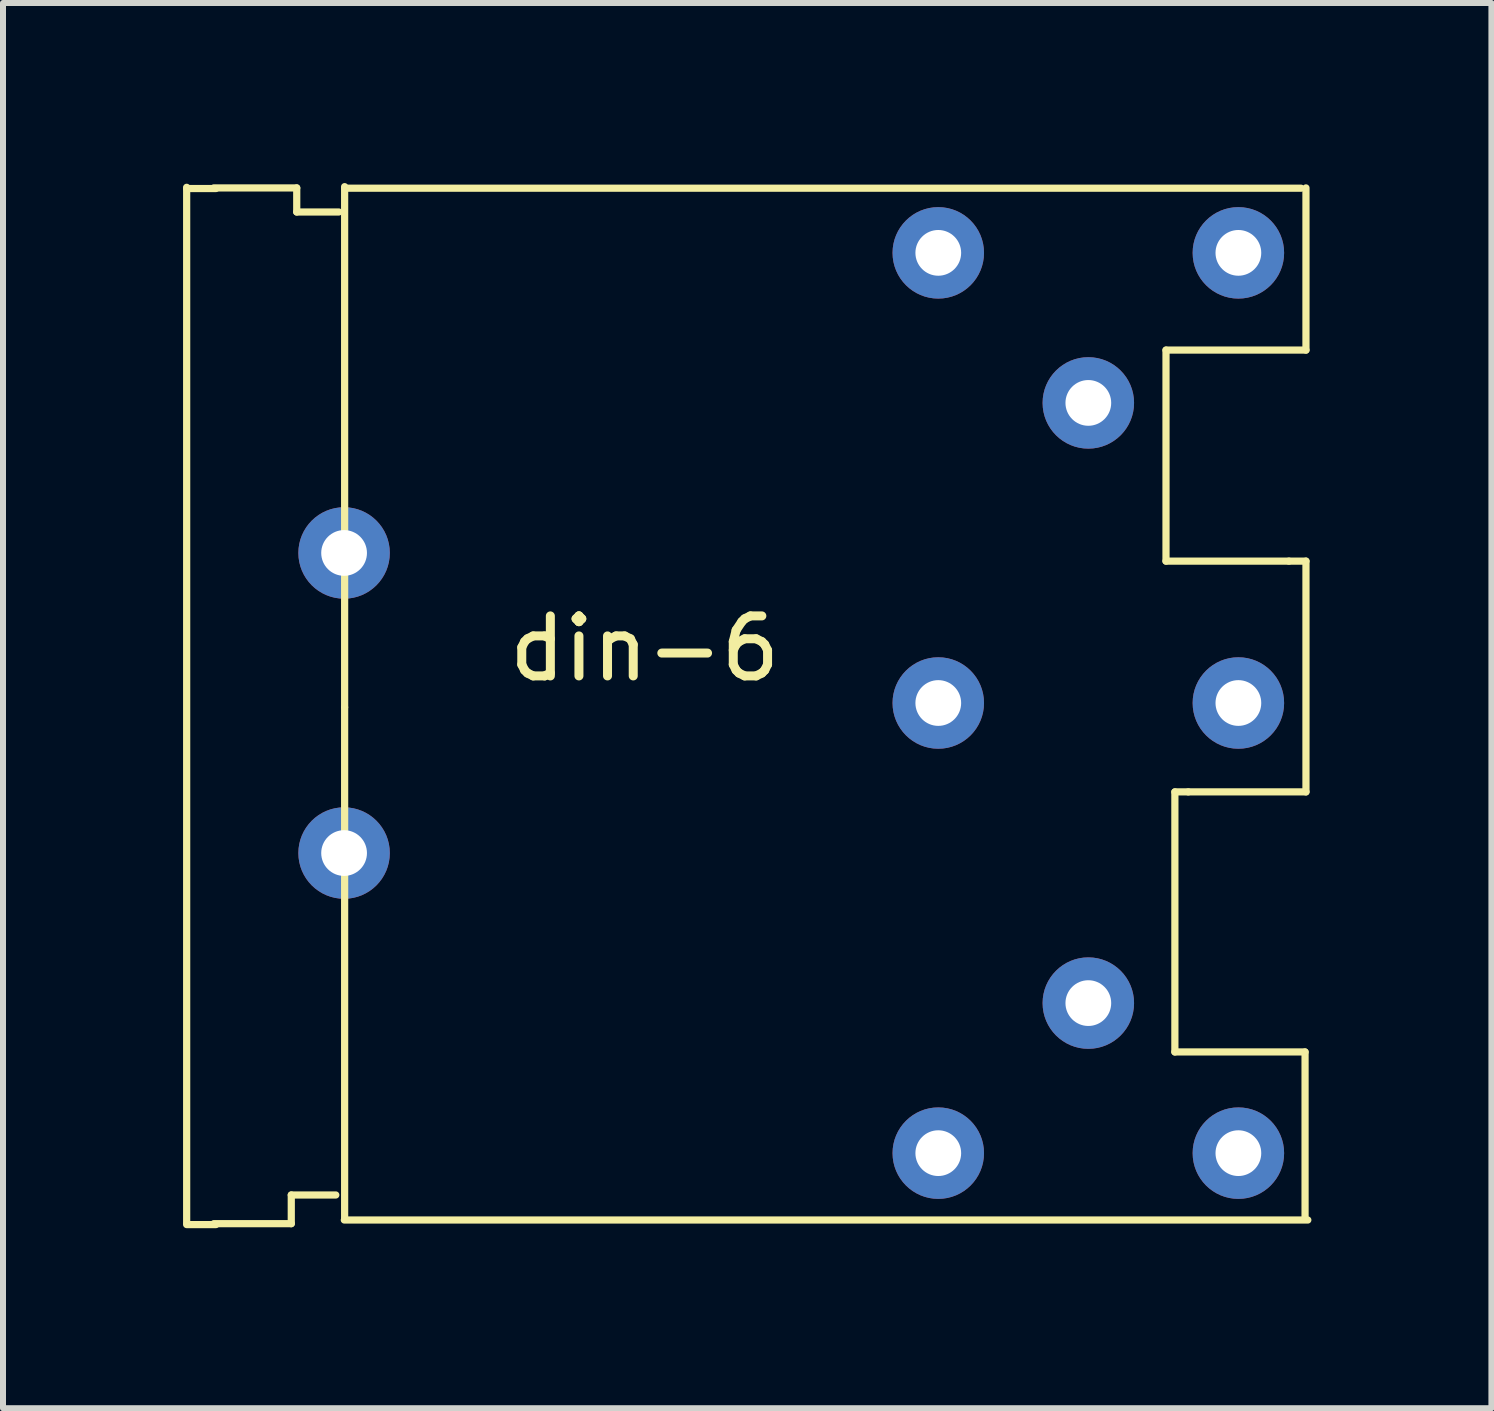
<source format=kicad_pcb>
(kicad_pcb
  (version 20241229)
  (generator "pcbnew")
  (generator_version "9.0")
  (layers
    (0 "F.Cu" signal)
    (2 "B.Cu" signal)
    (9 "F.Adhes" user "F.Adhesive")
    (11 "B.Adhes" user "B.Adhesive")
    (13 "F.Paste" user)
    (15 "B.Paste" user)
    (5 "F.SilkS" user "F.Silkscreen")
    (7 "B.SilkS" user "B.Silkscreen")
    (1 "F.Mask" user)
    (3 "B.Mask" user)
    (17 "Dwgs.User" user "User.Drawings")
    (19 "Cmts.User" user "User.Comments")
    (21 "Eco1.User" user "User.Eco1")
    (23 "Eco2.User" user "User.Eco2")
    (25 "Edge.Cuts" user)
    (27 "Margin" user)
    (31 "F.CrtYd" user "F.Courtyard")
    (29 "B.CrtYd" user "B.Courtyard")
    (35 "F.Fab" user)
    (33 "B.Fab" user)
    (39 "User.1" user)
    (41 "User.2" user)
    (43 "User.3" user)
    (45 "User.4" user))
  (footprint "din-6"
    (layer "F.Cu")
    (at 9.814 8.732)
    (property "Reference" "din-6" (at -2.123 -0.975 0) (layer "F.SilkS") (effects (font (size 1 1) (thickness 0.15))))
    (attr through_hole)
    (fp_line (start -9.754 -8.661) (end -9.754 8.595) (stroke (width 0.12) (type solid)) (layer "F.SilkS"))
    (fp_line (start -9.754 -8.641) (end -9.266 -8.641) (stroke (width 0.12) (type solid)) (layer "F.SilkS"))
    (fp_line (start -9.754 8.621) (end -9.266 8.621) (stroke (width 0.12) (type solid)) (layer "F.SilkS"))
    (fp_line (start -9.301 8.606) (end -8.011 8.606) (stroke (width 0.12) (type solid)) (layer "F.SilkS"))
    (fp_line (start -8.011 8.128) (end -7.269 8.128) (stroke (width 0.12) (type solid)) (layer "F.SilkS"))
    (fp_line (start -8.011 8.606) (end -8.011 8.128) (stroke (width 0.12) (type solid)) (layer "F.SilkS"))
    (fp_line (start -7.92 -8.651) (end -9.301 -8.651) (stroke (width 0.12) (type solid)) (layer "F.SilkS"))
    (fp_line (start -7.92 -8.25) (end -7.92 -8.651) (stroke (width 0.12) (type solid)) (layer "F.SilkS"))
    (fp_line (start -7.219 -8.25) (end -7.92 -8.25) (stroke (width 0.12) (type solid)) (layer "F.SilkS"))
    (fp_line (start -7.127 8.545) (end 8.926 8.545) (stroke (width 0.12) (type solid)) (layer "F.SilkS"))
    (fp_line (start -7.122 0) (end -7.122 -8.672) (stroke (width 0.12) (type solid)) (layer "F.SilkS"))
    (fp_line (start -7.122 0.005) (end -7.122 8.534) (stroke (width 0.12) (type solid)) (layer "F.SilkS"))
    (fp_line (start -7.117 -8.646) (end 8.814 -8.646) (stroke (width 0.12) (type solid)) (layer "F.SilkS"))
    (fp_line (start 6.563 -5.949) (end 6.563 -2.433) (stroke (width 0.12) (type solid)) (layer "F.SilkS"))
    (fp_line (start 6.563 -2.433) (end 8.611 -2.433) (stroke (width 0.12) (type solid)) (layer "F.SilkS"))
    (fp_line (start 6.711 1.412) (end 6.711 5.745) (stroke (width 0.12) (type solid)) (layer "F.SilkS"))
    (fp_line (start 6.711 5.745) (end 8.88 5.745) (stroke (width 0.12) (type solid)) (layer "F.SilkS"))
    (fp_line (start 6.934 1.412) (end 6.711 1.412) (stroke (width 0.12) (type solid)) (layer "F.SilkS"))
    (fp_line (start 8.611 -2.433) (end 8.895 -2.433) (stroke (width 0.12) (type solid)) (layer "F.SilkS"))
    (fp_line (start 8.88 5.745) (end 8.88 8.529) (stroke (width 0.12) (type solid)) (layer "F.SilkS"))
    (fp_line (start 8.895 -8.651) (end 8.895 -5.949) (stroke (width 0.12) (type solid)) (layer "F.SilkS"))
    (fp_line (start 8.895 -5.949) (end 6.563 -5.949) (stroke (width 0.12) (type solid)) (layer "F.SilkS"))
    (fp_line (start 8.895 -2.433) (end 8.895 1.412) (stroke (width 0.12) (type solid)) (layer "F.SilkS"))
    (fp_line (start 8.895 1.412) (end 6.934 1.412) (stroke (width 0.12) (type solid)) (layer "F.SilkS"))
    (pad "1" thru_hole circle (at 2.769 7.431) (size 1.524 1.524) (drill 0.762) (layers "*.Cu" "*.Mask"))
    (pad "2" thru_hole circle (at 2.769 -0.069) (size 1.524 1.524) (drill 0.762) (layers "*.Cu" "*.Mask"))
    (pad "3" thru_hole circle (at 2.769 -7.569) (size 1.524 1.524) (drill 0.762) (layers "*.Cu" "*.Mask"))
    (pad "4" thru_hole circle (at 5.269 4.931) (size 1.524 1.524) (drill 0.762) (layers "*.Cu" "*.Mask"))
    (pad "5" thru_hole circle (at 5.269 -5.069) (size 1.524 1.524) (drill 0.762) (layers "*.Cu" "*.Mask"))
    (pad "6" thru_hole circle (at 7.769 7.431) (size 1.524 1.524) (drill 0.762) (layers "*.Cu" "*.Mask"))
    (pad "7" thru_hole circle (at 7.769 -7.569) (size 1.524 1.524) (drill 0.762) (layers "*.Cu" "*.Mask"))
    (pad "8" thru_hole circle (at 7.769 -0.069) (size 1.524 1.524) (drill 0.762) (layers "*.Cu" "*.Mask"))
    (pad "9" thru_hole circle (at -7.131 2.431) (size 1.524 1.524) (drill 0.762) (layers "*.Cu" "*.Mask"))
    (pad "10" thru_hole circle (at -7.131 -2.569) (size 1.524 1.524) (drill 0.762) (layers "*.Cu" "*.Mask")))
  (gr_rect
    (start -3 -3)
    (end 21.799 20.412)
    (stroke (width 0.1) (type default))
    (fill no)
    (layer "Edge.Cuts")))
</source>
